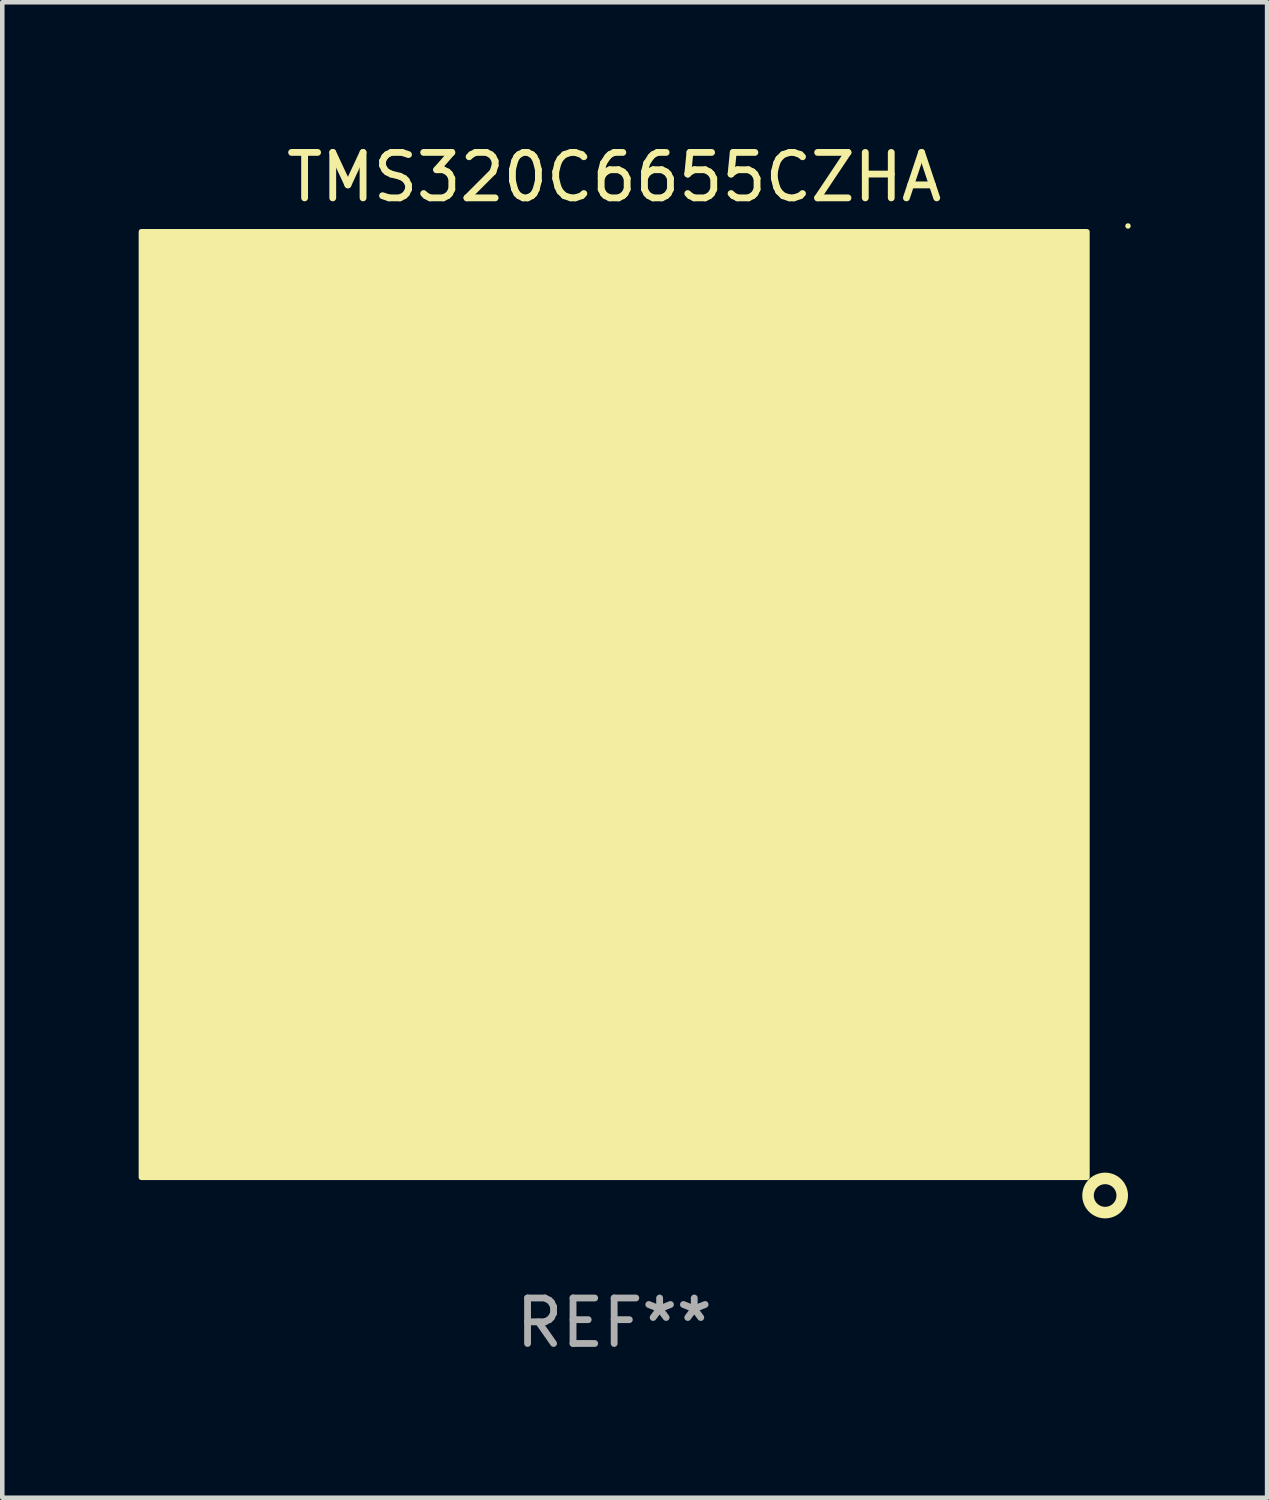
<source format=kicad_pcb>
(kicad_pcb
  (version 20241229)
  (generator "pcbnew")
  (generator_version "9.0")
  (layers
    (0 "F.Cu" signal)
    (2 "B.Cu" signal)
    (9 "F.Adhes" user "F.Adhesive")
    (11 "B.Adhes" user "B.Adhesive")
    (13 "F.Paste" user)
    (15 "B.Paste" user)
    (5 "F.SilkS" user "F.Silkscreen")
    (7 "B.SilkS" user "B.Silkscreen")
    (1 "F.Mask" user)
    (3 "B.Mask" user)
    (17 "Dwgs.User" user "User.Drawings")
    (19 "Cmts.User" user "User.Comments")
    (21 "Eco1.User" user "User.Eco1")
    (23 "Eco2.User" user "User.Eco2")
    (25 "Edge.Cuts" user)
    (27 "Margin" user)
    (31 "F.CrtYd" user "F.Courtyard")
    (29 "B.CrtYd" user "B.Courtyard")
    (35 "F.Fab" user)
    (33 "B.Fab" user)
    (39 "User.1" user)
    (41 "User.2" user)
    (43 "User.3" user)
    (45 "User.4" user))
  (footprint "TMS320C6655CZHA"
    (layer "F.Cu")
    (at 10.46 12.448)
    (property "Reference" "TMS320C6655CZHA" (at 0 -11.6 0) (layer "F.SilkS") (effects (font (size 1 1) (thickness 0.15))))
    (attr through_hole)
    (fp_circle (center 10.8 10.8) (end 11.176 10.8) (stroke (width 0.254) (type solid)) (fill no) (layer "F.SilkS"))
    (fp_circle (center 11.303 -10.527) (end 11.333 -10.527) (stroke (width 0.06) (type solid)) (fill no) (layer "F.SilkS"))
    (fp_poly (pts (xy -10.4 -10.4) (xy 10.4 -10.4) (xy 10.4 10.4) (xy -10.4 10.4)) (stroke (width 0.12) (type solid)) (fill yes) (layer "F.SilkS"))
    (fp_text user "REF**" (at 0 13.6 0) (layer "F.Fab") (effects (font (size 1 1) (thickness 0.15))))
    (pad "A1" smd circle (at 9.6 9.6) (size 0.5 0.5) (layers "F.Cu" "F.Mask" "F.Paste"))
    (pad "A2" smd circle (at 8.8 9.6) (size 0.5 0.5) (layers "F.Cu" "F.Mask" "F.Paste"))
    (pad "A3" smd circle (at 8 9.6) (size 0.5 0.5) (layers "F.Cu" "F.Mask" "F.Paste"))
    (pad "A4" smd circle (at 7.2 9.6) (size 0.5 0.5) (layers "F.Cu" "F.Mask" "F.Paste"))
    (pad "A5" smd circle (at 6.4 9.6) (size 0.5 0.5) (layers "F.Cu" "F.Mask" "F.Paste"))
    (pad "A6" smd circle (at 5.6 9.6) (size 0.5 0.5) (layers "F.Cu" "F.Mask" "F.Paste"))
    (pad "A7" smd circle (at 4.8 9.6) (size 0.5 0.5) (layers "F.Cu" "F.Mask" "F.Paste"))
    (pad "A8" smd circle (at 4 9.6) (size 0.5 0.5) (layers "F.Cu" "F.Mask" "F.Paste"))
    (pad "A9" smd circle (at 3.2 9.6) (size 0.5 0.5) (layers "F.Cu" "F.Mask" "F.Paste"))
    (pad "A10" smd circle (at 2.4 9.6) (size 0.5 0.5) (layers "F.Cu" "F.Mask" "F.Paste"))
    (pad "A11" smd circle (at 1.6 9.6) (size 0.5 0.5) (layers "F.Cu" "F.Mask" "F.Paste"))
    (pad "A12" smd circle (at 0.8 9.6) (size 0.5 0.5) (layers "F.Cu" "F.Mask" "F.Paste"))
    (pad "A13" smd circle (at 0 9.6) (size 0.5 0.5) (layers "F.Cu" "F.Mask" "F.Paste"))
    (pad "A14" smd circle (at -0.8 9.6) (size 0.5 0.5) (layers "F.Cu" "F.Mask" "F.Paste"))
    (pad "A15" smd circle (at -1.6 9.6) (size 0.5 0.5) (layers "F.Cu" "F.Mask" "F.Paste"))
    (pad "A16" smd circle (at -2.4 9.6) (size 0.5 0.5) (layers "F.Cu" "F.Mask" "F.Paste"))
    (pad "A17" smd circle (at -3.2 9.6) (size 0.5 0.5) (layers "F.Cu" "F.Mask" "F.Paste"))
    (pad "A18" smd circle (at -4 9.6) (size 0.5 0.5) (layers "F.Cu" "F.Mask" "F.Paste"))
    (pad "A19" smd circle (at -4.8 9.6) (size 0.5 0.5) (layers "F.Cu" "F.Mask" "F.Paste"))
    (pad "A20" smd circle (at -5.6 9.6) (size 0.5 0.5) (layers "F.Cu" "F.Mask" "F.Paste"))
    (pad "A21" smd circle (at -6.4 9.6) (size 0.5 0.5) (layers "F.Cu" "F.Mask" "F.Paste"))
    (pad "A22" smd circle (at -7.2 9.6) (size 0.5 0.5) (layers "F.Cu" "F.Mask" "F.Paste"))
    (pad "A23" smd circle (at -8 9.6) (size 0.5 0.5) (layers "F.Cu" "F.Mask" "F.Paste"))
    (pad "A24" smd circle (at -8.8 9.6) (size 0.5 0.5) (layers "F.Cu" "F.Mask" "F.Paste"))
    (pad "A25" smd circle (at -9.6 9.6) (size 0.5 0.5) (layers "F.Cu" "F.Mask" "F.Paste"))
    (pad "AA1" smd circle (at 9.6 -6.4) (size 0.5 0.5) (layers "F.Cu" "F.Mask" "F.Paste"))
    (pad "AA2" smd circle (at 8.8 -6.4) (size 0.5 0.5) (layers "F.Cu" "F.Mask" "F.Paste"))
    (pad "AA3" smd circle (at 8 -6.4) (size 0.5 0.5) (layers "F.Cu" "F.Mask" "F.Paste"))
    (pad "AA4" smd circle (at 7.2 -6.4) (size 0.5 0.5) (layers "F.Cu" "F.Mask" "F.Paste"))
    (pad "AA5" smd circle (at 6.4 -6.4) (size 0.5 0.5) (layers "F.Cu" "F.Mask" "F.Paste"))
    (pad "AA6" smd circle (at 5.6 -6.4) (size 0.5 0.5) (layers "F.Cu" "F.Mask" "F.Paste"))
    (pad "AA7" smd circle (at 4.8 -6.4) (size 0.5 0.5) (layers "F.Cu" "F.Mask" "F.Paste"))
    (pad "AA8" smd circle (at 4 -6.4) (size 0.5 0.5) (layers "F.Cu" "F.Mask" "F.Paste"))
    (pad "AA9" smd circle (at 3.2 -6.4) (size 0.5 0.5) (layers "F.Cu" "F.Mask" "F.Paste"))
    (pad "AA10" smd circle (at 2.4 -6.4) (size 0.5 0.5) (layers "F.Cu" "F.Mask" "F.Paste"))
    (pad "AA11" smd circle (at 1.6 -6.4) (size 0.5 0.5) (layers "F.Cu" "F.Mask" "F.Paste"))
    (pad "AA12" smd circle (at 0.8 -6.4) (size 0.5 0.5) (layers "F.Cu" "F.Mask" "F.Paste"))
    (pad "AA13" smd circle (at 0 -6.4) (size 0.5 0.5) (layers "F.Cu" "F.Mask" "F.Paste"))
    (pad "AA14" smd circle (at -0.8 -6.4) (size 0.5 0.5) (layers "F.Cu" "F.Mask" "F.Paste"))
    (pad "AA15" smd circle (at -1.6 -6.4) (size 0.5 0.5) (layers "F.Cu" "F.Mask" "F.Paste"))
    (pad "AA16" smd circle (at -2.4 -6.4) (size 0.5 0.5) (layers "F.Cu" "F.Mask" "F.Paste"))
    (pad "AA17" smd circle (at -3.2 -6.4) (size 0.5 0.5) (layers "F.Cu" "F.Mask" "F.Paste"))
    (pad "AA18" smd circle (at -4 -6.4) (size 0.5 0.5) (layers "F.Cu" "F.Mask" "F.Paste"))
    (pad "AA19" smd circle (at -4.8 -6.4) (size 0.5 0.5) (layers "F.Cu" "F.Mask" "F.Paste"))
    (pad "AA20" smd circle (at -5.6 -6.4) (size 0.5 0.5) (layers "F.Cu" "F.Mask" "F.Paste"))
    (pad "AA21" smd circle (at -6.4 -6.4) (size 0.5 0.5) (layers "F.Cu" "F.Mask" "F.Paste"))
    (pad "AA22" smd circle (at -7.2 -6.4) (size 0.5 0.5) (layers "F.Cu" "F.Mask" "F.Paste"))
    (pad "AA23" smd circle (at -8 -6.4) (size 0.5 0.5) (layers "F.Cu" "F.Mask" "F.Paste"))
    (pad "AA24" smd circle (at -8.8 -6.4) (size 0.5 0.5) (layers "F.Cu" "F.Mask" "F.Paste"))
    (pad "AA25" smd circle (at -9.6 -6.4) (size 0.5 0.5) (layers "F.Cu" "F.Mask" "F.Paste"))
    (pad "AB1" smd circle (at 9.6 -7.2) (size 0.5 0.5) (layers "F.Cu" "F.Mask" "F.Paste"))
    (pad "AB2" smd circle (at 8.8 -7.2) (size 0.5 0.5) (layers "F.Cu" "F.Mask" "F.Paste"))
    (pad "AB3" smd circle (at 8 -7.2) (size 0.5 0.5) (layers "F.Cu" "F.Mask" "F.Paste"))
    (pad "AB4" smd circle (at 7.2 -7.2) (size 0.5 0.5) (layers "F.Cu" "F.Mask" "F.Paste"))
    (pad "AB5" smd circle (at 6.4 -7.2) (size 0.5 0.5) (layers "F.Cu" "F.Mask" "F.Paste"))
    (pad "AB6" smd circle (at 5.6 -7.2) (size 0.5 0.5) (layers "F.Cu" "F.Mask" "F.Paste"))
    (pad "AB7" smd circle (at 4.8 -7.2) (size 0.5 0.5) (layers "F.Cu" "F.Mask" "F.Paste"))
    (pad "AB8" smd circle (at 4 -7.2) (size 0.5 0.5) (layers "F.Cu" "F.Mask" "F.Paste"))
    (pad "AB9" smd circle (at 3.2 -7.2) (size 0.5 0.5) (layers "F.Cu" "F.Mask" "F.Paste"))
    (pad "AB10" smd circle (at 2.4 -7.2) (size 0.5 0.5) (layers "F.Cu" "F.Mask" "F.Paste"))
    (pad "AB11" smd circle (at 1.6 -7.2) (size 0.5 0.5) (layers "F.Cu" "F.Mask" "F.Paste"))
    (pad "AB12" smd circle (at 0.8 -7.2) (size 0.5 0.5) (layers "F.Cu" "F.Mask" "F.Paste"))
    (pad "AB13" smd circle (at 0 -7.2) (size 0.5 0.5) (layers "F.Cu" "F.Mask" "F.Paste"))
    (pad "AB14" smd circle (at -0.8 -7.2) (size 0.5 0.5) (layers "F.Cu" "F.Mask" "F.Paste"))
    (pad "AB15" smd circle (at -1.6 -7.2) (size 0.5 0.5) (layers "F.Cu" "F.Mask" "F.Paste"))
    (pad "AB16" smd circle (at -2.4 -7.2) (size 0.5 0.5) (layers "F.Cu" "F.Mask" "F.Paste"))
    (pad "AB17" smd circle (at -3.2 -7.2) (size 0.5 0.5) (layers "F.Cu" "F.Mask" "F.Paste"))
    (pad "AB18" smd circle (at -4 -7.2) (size 0.5 0.5) (layers "F.Cu" "F.Mask" "F.Paste"))
    (pad "AB19" smd circle (at -4.8 -7.2) (size 0.5 0.5) (layers "F.Cu" "F.Mask" "F.Paste"))
    (pad "AB20" smd circle (at -5.6 -7.2) (size 0.5 0.5) (layers "F.Cu" "F.Mask" "F.Paste"))
    (pad "AB21" smd circle (at -6.4 -7.2) (size 0.5 0.5) (layers "F.Cu" "F.Mask" "F.Paste"))
    (pad "AB22" smd circle (at -7.2 -7.2) (size 0.5 0.5) (layers "F.Cu" "F.Mask" "F.Paste"))
    (pad "AB23" smd circle (at -8 -7.2) (size 0.5 0.5) (layers "F.Cu" "F.Mask" "F.Paste"))
    (pad "AB24" smd circle (at -8.8 -7.2) (size 0.5 0.5) (layers "F.Cu" "F.Mask" "F.Paste"))
    (pad "AB25" smd circle (at -9.6 -7.2) (size 0.5 0.5) (layers "F.Cu" "F.Mask" "F.Paste"))
    (pad "AC1" smd circle (at 9.6 -8) (size 0.5 0.5) (layers "F.Cu" "F.Mask" "F.Paste"))
    (pad "AC2" smd circle (at 8.8 -8) (size 0.5 0.5) (layers "F.Cu" "F.Mask" "F.Paste"))
    (pad "AC3" smd circle (at 8 -8) (size 0.5 0.5) (layers "F.Cu" "F.Mask" "F.Paste"))
    (pad "AC4" smd circle (at 7.2 -8) (size 0.5 0.5) (layers "F.Cu" "F.Mask" "F.Paste"))
    (pad "AC5" smd circle (at 6.4 -8) (size 0.5 0.5) (layers "F.Cu" "F.Mask" "F.Paste"))
    (pad "AC6" smd circle (at 5.6 -8) (size 0.5 0.5) (layers "F.Cu" "F.Mask" "F.Paste"))
    (pad "AC7" smd circle (at 4.8 -8) (size 0.5 0.5) (layers "F.Cu" "F.Mask" "F.Paste"))
    (pad "AC8" smd circle (at 4 -8) (size 0.5 0.5) (layers "F.Cu" "F.Mask" "F.Paste"))
    (pad "AC9" smd circle (at 3.2 -8) (size 0.5 0.5) (layers "F.Cu" "F.Mask" "F.Paste"))
    (pad "AC10" smd circle (at 2.4 -8) (size 0.5 0.5) (layers "F.Cu" "F.Mask" "F.Paste"))
    (pad "AC11" smd circle (at 1.6 -8) (size 0.5 0.5) (layers "F.Cu" "F.Mask" "F.Paste"))
    (pad "AC12" smd circle (at 0.8 -8) (size 0.5 0.5) (layers "F.Cu" "F.Mask" "F.Paste"))
    (pad "AC13" smd circle (at 0 -8) (size 0.5 0.5) (layers "F.Cu" "F.Mask" "F.Paste"))
    (pad "AC14" smd circle (at -0.8 -8) (size 0.5 0.5) (layers "F.Cu" "F.Mask" "F.Paste"))
    (pad "AC15" smd circle (at -1.6 -8) (size 0.5 0.5) (layers "F.Cu" "F.Mask" "F.Paste"))
    (pad "AC16" smd circle (at -2.4 -8) (size 0.5 0.5) (layers "F.Cu" "F.Mask" "F.Paste"))
    (pad "AC17" smd circle (at -3.2 -8) (size 0.5 0.5) (layers "F.Cu" "F.Mask" "F.Paste"))
    (pad "AC18" smd circle (at -4 -8) (size 0.5 0.5) (layers "F.Cu" "F.Mask" "F.Paste"))
    (pad "AC19" smd circle (at -4.8 -8) (size 0.5 0.5) (layers "F.Cu" "F.Mask" "F.Paste"))
    (pad "AC20" smd circle (at -5.6 -8) (size 0.5 0.5) (layers "F.Cu" "F.Mask" "F.Paste"))
    (pad "AC21" smd circle (at -6.4 -8) (size 0.5 0.5) (layers "F.Cu" "F.Mask" "F.Paste"))
    (pad "AC22" smd circle (at -7.2 -8) (size 0.5 0.5) (layers "F.Cu" "F.Mask" "F.Paste"))
    (pad "AC23" smd circle (at -8 -8) (size 0.5 0.5) (layers "F.Cu" "F.Mask" "F.Paste"))
    (pad "AC24" smd circle (at -8.8 -8) (size 0.5 0.5) (layers "F.Cu" "F.Mask" "F.Paste"))
    (pad "AC25" smd circle (at -9.6 -8) (size 0.5 0.5) (layers "F.Cu" "F.Mask" "F.Paste"))
    (pad "AD1" smd circle (at 9.6 -8.8) (size 0.5 0.5) (layers "F.Cu" "F.Mask" "F.Paste"))
    (pad "AD2" smd circle (at 8.8 -8.8) (size 0.5 0.5) (layers "F.Cu" "F.Mask" "F.Paste"))
    (pad "AD3" smd circle (at 8 -8.8) (size 0.5 0.5) (layers "F.Cu" "F.Mask" "F.Paste"))
    (pad "AD4" smd circle (at 7.2 -8.8) (size 0.5 0.5) (layers "F.Cu" "F.Mask" "F.Paste"))
    (pad "AD5" smd circle (at 6.4 -8.8) (size 0.5 0.5) (layers "F.Cu" "F.Mask" "F.Paste"))
    (pad "AD6" smd circle (at 5.6 -8.8) (size 0.5 0.5) (layers "F.Cu" "F.Mask" "F.Paste"))
    (pad "AD7" smd circle (at 4.8 -8.8) (size 0.5 0.5) (layers "F.Cu" "F.Mask" "F.Paste"))
    (pad "AD8" smd circle (at 4 -8.8) (size 0.5 0.5) (layers "F.Cu" "F.Mask" "F.Paste"))
    (pad "AD9" smd circle (at 3.2 -8.8) (size 0.5 0.5) (layers "F.Cu" "F.Mask" "F.Paste"))
    (pad "AD10" smd circle (at 2.4 -8.8) (size 0.5 0.5) (layers "F.Cu" "F.Mask" "F.Paste"))
    (pad "AD11" smd circle (at 1.6 -8.8) (size 0.5 0.5) (layers "F.Cu" "F.Mask" "F.Paste"))
    (pad "AD12" smd circle (at 0.8 -8.8) (size 0.5 0.5) (layers "F.Cu" "F.Mask" "F.Paste"))
    (pad "AD13" smd circle (at 0 -8.8) (size 0.5 0.5) (layers "F.Cu" "F.Mask" "F.Paste"))
    (pad "AD14" smd circle (at -0.8 -8.8) (size 0.5 0.5) (layers "F.Cu" "F.Mask" "F.Paste"))
    (pad "AD15" smd circle (at -1.6 -8.8) (size 0.5 0.5) (layers "F.Cu" "F.Mask" "F.Paste"))
    (pad "AD16" smd circle (at -2.4 -8.8) (size 0.5 0.5) (layers "F.Cu" "F.Mask" "F.Paste"))
    (pad "AD17" smd circle (at -3.2 -8.8) (size 0.5 0.5) (layers "F.Cu" "F.Mask" "F.Paste"))
    (pad "AD18" smd circle (at -4 -8.8) (size 0.5 0.5) (layers "F.Cu" "F.Mask" "F.Paste"))
    (pad "AD19" smd circle (at -4.8 -8.8) (size 0.5 0.5) (layers "F.Cu" "F.Mask" "F.Paste"))
    (pad "AD20" smd circle (at -5.6 -8.8) (size 0.5 0.5) (layers "F.Cu" "F.Mask" "F.Paste"))
    (pad "AD21" smd circle (at -6.4 -8.8) (size 0.5 0.5) (layers "F.Cu" "F.Mask" "F.Paste"))
    (pad "AD22" smd circle (at -7.2 -8.8) (size 0.5 0.5) (layers "F.Cu" "F.Mask" "F.Paste"))
    (pad "AD23" smd circle (at -8 -8.8) (size 0.5 0.5) (layers "F.Cu" "F.Mask" "F.Paste"))
    (pad "AD24" smd circle (at -8.8 -8.8) (size 0.5 0.5) (layers "F.Cu" "F.Mask" "F.Paste"))
    (pad "AD25" smd circle (at -9.6 -8.8) (size 0.5 0.5) (layers "F.Cu" "F.Mask" "F.Paste"))
    (pad "AE1" smd circle (at 9.6 -9.6) (size 0.5 0.5) (layers "F.Cu" "F.Mask" "F.Paste"))
    (pad "AE2" smd circle (at 8.8 -9.6) (size 0.5 0.5) (layers "F.Cu" "F.Mask" "F.Paste"))
    (pad "AE3" smd circle (at 8 -9.6) (size 0.5 0.5) (layers "F.Cu" "F.Mask" "F.Paste"))
    (pad "AE4" smd circle (at 7.2 -9.6) (size 0.5 0.5) (layers "F.Cu" "F.Mask" "F.Paste"))
    (pad "AE5" smd circle (at 6.4 -9.6) (size 0.5 0.5) (layers "F.Cu" "F.Mask" "F.Paste"))
    (pad "AE6" smd circle (at 5.6 -9.6) (size 0.5 0.5) (layers "F.Cu" "F.Mask" "F.Paste"))
    (pad "AE7" smd circle (at 4.8 -9.6) (size 0.5 0.5) (layers "F.Cu" "F.Mask" "F.Paste"))
    (pad "AE8" smd circle (at 4 -9.6) (size 0.5 0.5) (layers "F.Cu" "F.Mask" "F.Paste"))
    (pad "AE9" smd circle (at 3.2 -9.6) (size 0.5 0.5) (layers "F.Cu" "F.Mask" "F.Paste"))
    (pad "AE10" smd circle (at 2.4 -9.6) (size 0.5 0.5) (layers "F.Cu" "F.Mask" "F.Paste"))
    (pad "AE11" smd circle (at 1.6 -9.6) (size 0.5 0.5) (layers "F.Cu" "F.Mask" "F.Paste"))
    (pad "AE12" smd circle (at 0.8 -9.6) (size 0.5 0.5) (layers "F.Cu" "F.Mask" "F.Paste"))
    (pad "AE13" smd circle (at 0 -9.6) (size 0.5 0.5) (layers "F.Cu" "F.Mask" "F.Paste"))
    (pad "AE14" smd circle (at -0.8 -9.6) (size 0.5 0.5) (layers "F.Cu" "F.Mask" "F.Paste"))
    (pad "AE15" smd circle (at -1.6 -9.6) (size 0.5 0.5) (layers "F.Cu" "F.Mask" "F.Paste"))
    (pad "AE16" smd circle (at -2.4 -9.6) (size 0.5 0.5) (layers "F.Cu" "F.Mask" "F.Paste"))
    (pad "AE17" smd circle (at -3.2 -9.6) (size 0.5 0.5) (layers "F.Cu" "F.Mask" "F.Paste"))
    (pad "AE18" smd circle (at -4 -9.6) (size 0.5 0.5) (layers "F.Cu" "F.Mask" "F.Paste"))
    (pad "AE19" smd circle (at -4.8 -9.6) (size 0.5 0.5) (layers "F.Cu" "F.Mask" "F.Paste"))
    (pad "AE20" smd circle (at -5.6 -9.6) (size 0.5 0.5) (layers "F.Cu" "F.Mask" "F.Paste"))
    (pad "AE21" smd circle (at -6.4 -9.6) (size 0.5 0.5) (layers "F.Cu" "F.Mask" "F.Paste"))
    (pad "AE22" smd circle (at -7.2 -9.6) (size 0.5 0.5) (layers "F.Cu" "F.Mask" "F.Paste"))
    (pad "AE23" smd circle (at -8 -9.6) (size 0.5 0.5) (layers "F.Cu" "F.Mask" "F.Paste"))
    (pad "AE24" smd circle (at -8.8 -9.6) (size 0.5 0.5) (layers "F.Cu" "F.Mask" "F.Paste"))
    (pad "AE25" smd circle (at -9.6 -9.6) (size 0.5 0.5) (layers "F.Cu" "F.Mask" "F.Paste"))
    (pad "B1" smd circle (at 9.6 8.8) (size 0.5 0.5) (layers "F.Cu" "F.Mask" "F.Paste"))
    (pad "B2" smd circle (at 8.8 8.8) (size 0.5 0.5) (layers "F.Cu" "F.Mask" "F.Paste"))
    (pad "B3" smd circle (at 8 8.8) (size 0.5 0.5) (layers "F.Cu" "F.Mask" "F.Paste"))
    (pad "B4" smd circle (at 7.2 8.8) (size 0.5 0.5) (layers "F.Cu" "F.Mask" "F.Paste"))
    (pad "B5" smd circle (at 6.4 8.8) (size 0.5 0.5) (layers "F.Cu" "F.Mask" "F.Paste"))
    (pad "B6" smd circle (at 5.6 8.8) (size 0.5 0.5) (layers "F.Cu" "F.Mask" "F.Paste"))
    (pad "B7" smd circle (at 4.8 8.8) (size 0.5 0.5) (layers "F.Cu" "F.Mask" "F.Paste"))
    (pad "B8" smd circle (at 4 8.8) (size 0.5 0.5) (layers "F.Cu" "F.Mask" "F.Paste"))
    (pad "B9" smd circle (at 3.2 8.8) (size 0.5 0.5) (layers "F.Cu" "F.Mask" "F.Paste"))
    (pad "B10" smd circle (at 2.4 8.8) (size 0.5 0.5) (layers "F.Cu" "F.Mask" "F.Paste"))
    (pad "B11" smd circle (at 1.6 8.8) (size 0.5 0.5) (layers "F.Cu" "F.Mask" "F.Paste"))
    (pad "B12" smd circle (at 0.8 8.8) (size 0.5 0.5) (layers "F.Cu" "F.Mask" "F.Paste"))
    (pad "B13" smd circle (at 0 8.8) (size 0.5 0.5) (layers "F.Cu" "F.Mask" "F.Paste"))
    (pad "B14" smd circle (at -0.8 8.8) (size 0.5 0.5) (layers "F.Cu" "F.Mask" "F.Paste"))
    (pad "B15" smd circle (at -1.6 8.8) (size 0.5 0.5) (layers "F.Cu" "F.Mask" "F.Paste"))
    (pad "B16" smd circle (at -2.4 8.8) (size 0.5 0.5) (layers "F.Cu" "F.Mask" "F.Paste"))
    (pad "B17" smd circle (at -3.2 8.8) (size 0.5 0.5) (layers "F.Cu" "F.Mask" "F.Paste"))
    (pad "B18" smd circle (at -4 8.8) (size 0.5 0.5) (layers "F.Cu" "F.Mask" "F.Paste"))
    (pad "B19" smd circle (at -4.8 8.8) (size 0.5 0.5) (layers "F.Cu" "F.Mask" "F.Paste"))
    (pad "B20" smd circle (at -5.6 8.8) (size 0.5 0.5) (layers "F.Cu" "F.Mask" "F.Paste"))
    (pad "B21" smd circle (at -6.4 8.8) (size 0.5 0.5) (layers "F.Cu" "F.Mask" "F.Paste"))
    (pad "B22" smd circle (at -7.2 8.8) (size 0.5 0.5) (layers "F.Cu" "F.Mask" "F.Paste"))
    (pad "B23" smd circle (at -8 8.8) (size 0.5 0.5) (layers "F.Cu" "F.Mask" "F.Paste"))
    (pad "B24" smd circle (at -8.8 8.8) (size 0.5 0.5) (layers "F.Cu" "F.Mask" "F.Paste"))
    (pad "B25" smd circle (at -9.6 8.8) (size 0.5 0.5) (layers "F.Cu" "F.Mask" "F.Paste"))
    (pad "C1" smd circle (at 9.6 8) (size 0.5 0.5) (layers "F.Cu" "F.Mask" "F.Paste"))
    (pad "C2" smd circle (at 8.8 8) (size 0.5 0.5) (layers "F.Cu" "F.Mask" "F.Paste"))
    (pad "C3" smd circle (at 8 8) (size 0.5 0.5) (layers "F.Cu" "F.Mask" "F.Paste"))
    (pad "C4" smd circle (at 7.2 8) (size 0.5 0.5) (layers "F.Cu" "F.Mask" "F.Paste"))
    (pad "C5" smd circle (at 6.4 8) (size 0.5 0.5) (layers "F.Cu" "F.Mask" "F.Paste"))
    (pad "C6" smd circle (at 5.6 8) (size 0.5 0.5) (layers "F.Cu" "F.Mask" "F.Paste"))
    (pad "C7" smd circle (at 4.8 8) (size 0.5 0.5) (layers "F.Cu" "F.Mask" "F.Paste"))
    (pad "C8" smd circle (at 4 8) (size 0.5 0.5) (layers "F.Cu" "F.Mask" "F.Paste"))
    (pad "C9" smd circle (at 3.2 8) (size 0.5 0.5) (layers "F.Cu" "F.Mask" "F.Paste"))
    (pad "C10" smd circle (at 2.4 8) (size 0.5 0.5) (layers "F.Cu" "F.Mask" "F.Paste"))
    (pad "C11" smd circle (at 1.6 8) (size 0.5 0.5) (layers "F.Cu" "F.Mask" "F.Paste"))
    (pad "C12" smd circle (at 0.8 8) (size 0.5 0.5) (layers "F.Cu" "F.Mask" "F.Paste"))
    (pad "C13" smd circle (at 0 8) (size 0.5 0.5) (layers "F.Cu" "F.Mask" "F.Paste"))
    (pad "C14" smd circle (at -0.8 8) (size 0.5 0.5) (layers "F.Cu" "F.Mask" "F.Paste"))
    (pad "C15" smd circle (at -1.6 8) (size 0.5 0.5) (layers "F.Cu" "F.Mask" "F.Paste"))
    (pad "C16" smd circle (at -2.4 8) (size 0.5 0.5) (layers "F.Cu" "F.Mask" "F.Paste"))
    (pad "C17" smd circle (at -3.2 8) (size 0.5 0.5) (layers "F.Cu" "F.Mask" "F.Paste"))
    (pad "C18" smd circle (at -4 8) (size 0.5 0.5) (layers "F.Cu" "F.Mask" "F.Paste"))
    (pad "C19" smd circle (at -4.8 8) (size 0.5 0.5) (layers "F.Cu" "F.Mask" "F.Paste"))
    (pad "C20" smd circle (at -5.6 8) (size 0.5 0.5) (layers "F.Cu" "F.Mask" "F.Paste"))
    (pad "C21" smd circle (at -6.4 8) (size 0.5 0.5) (layers "F.Cu" "F.Mask" "F.Paste"))
    (pad "C22" smd circle (at -7.2 8) (size 0.5 0.5) (layers "F.Cu" "F.Mask" "F.Paste"))
    (pad "C23" smd circle (at -8 8) (size 0.5 0.5) (layers "F.Cu" "F.Mask" "F.Paste"))
    (pad "C24" smd circle (at -8.8 8) (size 0.5 0.5) (layers "F.Cu" "F.Mask" "F.Paste"))
    (pad "C25" smd circle (at -9.6 8) (size 0.5 0.5) (layers "F.Cu" "F.Mask" "F.Paste"))
    (pad "D1" smd circle (at 9.6 7.2) (size 0.5 0.5) (layers "F.Cu" "F.Mask" "F.Paste"))
    (pad "D2" smd circle (at 8.8 7.2) (size 0.5 0.5) (layers "F.Cu" "F.Mask" "F.Paste"))
    (pad "D3" smd circle (at 8 7.2) (size 0.5 0.5) (layers "F.Cu" "F.Mask" "F.Paste"))
    (pad "D4" smd circle (at 7.2 7.2) (size 0.5 0.5) (layers "F.Cu" "F.Mask" "F.Paste"))
    (pad "D5" smd circle (at 6.4 7.2) (size 0.5 0.5) (layers "F.Cu" "F.Mask" "F.Paste"))
    (pad "D6" smd circle (at 5.6 7.2) (size 0.5 0.5) (layers "F.Cu" "F.Mask" "F.Paste"))
    (pad "D7" smd circle (at 4.8 7.2) (size 0.5 0.5) (layers "F.Cu" "F.Mask" "F.Paste"))
    (pad "D8" smd circle (at 4 7.2) (size 0.5 0.5) (layers "F.Cu" "F.Mask" "F.Paste"))
    (pad "D9" smd circle (at 3.2 7.2) (size 0.5 0.5) (layers "F.Cu" "F.Mask" "F.Paste"))
    (pad "D10" smd circle (at 2.4 7.2) (size 0.5 0.5) (layers "F.Cu" "F.Mask" "F.Paste"))
    (pad "D11" smd circle (at 1.6 7.2) (size 0.5 0.5) (layers "F.Cu" "F.Mask" "F.Paste"))
    (pad "D12" smd circle (at 0.8 7.2) (size 0.5 0.5) (layers "F.Cu" "F.Mask" "F.Paste"))
    (pad "D13" smd circle (at 0 7.2) (size 0.5 0.5) (layers "F.Cu" "F.Mask" "F.Paste"))
    (pad "D14" smd circle (at -0.8 7.2) (size 0.5 0.5) (layers "F.Cu" "F.Mask" "F.Paste"))
    (pad "D15" smd circle (at -1.6 7.2) (size 0.5 0.5) (layers "F.Cu" "F.Mask" "F.Paste"))
    (pad "D16" smd circle (at -2.4 7.2) (size 0.5 0.5) (layers "F.Cu" "F.Mask" "F.Paste"))
    (pad "D17" smd circle (at -3.2 7.2) (size 0.5 0.5) (layers "F.Cu" "F.Mask" "F.Paste"))
    (pad "D18" smd circle (at -4 7.2) (size 0.5 0.5) (layers "F.Cu" "F.Mask" "F.Paste"))
    (pad "D19" smd circle (at -4.8 7.2) (size 0.5 0.5) (layers "F.Cu" "F.Mask" "F.Paste"))
    (pad "D20" smd circle (at -5.6 7.2) (size 0.5 0.5) (layers "F.Cu" "F.Mask" "F.Paste"))
    (pad "D21" smd circle (at -6.4 7.2) (size 0.5 0.5) (layers "F.Cu" "F.Mask" "F.Paste"))
    (pad "D22" smd circle (at -7.2 7.2) (size 0.5 0.5) (layers "F.Cu" "F.Mask" "F.Paste"))
    (pad "D23" smd circle (at -8 7.2) (size 0.5 0.5) (layers "F.Cu" "F.Mask" "F.Paste"))
    (pad "D24" smd circle (at -8.8 7.2) (size 0.5 0.5) (layers "F.Cu" "F.Mask" "F.Paste"))
    (pad "D25" smd circle (at -9.6 7.2) (size 0.5 0.5) (layers "F.Cu" "F.Mask" "F.Paste"))
    (pad "E1" smd circle (at 9.6 6.4) (size 0.5 0.5) (layers "F.Cu" "F.Mask" "F.Paste"))
    (pad "E2" smd circle (at 8.8 6.4) (size 0.5 0.5) (layers "F.Cu" "F.Mask" "F.Paste"))
    (pad "E3" smd circle (at 8 6.4) (size 0.5 0.5) (layers "F.Cu" "F.Mask" "F.Paste"))
    (pad "E4" smd circle (at 7.2 6.4) (size 0.5 0.5) (layers "F.Cu" "F.Mask" "F.Paste"))
    (pad "E5" smd circle (at 6.4 6.4) (size 0.5 0.5) (layers "F.Cu" "F.Mask" "F.Paste"))
    (pad "E6" smd circle (at 5.6 6.4) (size 0.5 0.5) (layers "F.Cu" "F.Mask" "F.Paste"))
    (pad "E7" smd circle (at 4.8 6.4) (size 0.5 0.5) (layers "F.Cu" "F.Mask" "F.Paste"))
    (pad "E8" smd circle (at 4 6.4) (size 0.5 0.5) (layers "F.Cu" "F.Mask" "F.Paste"))
    (pad "E9" smd circle (at 3.2 6.4) (size 0.5 0.5) (layers "F.Cu" "F.Mask" "F.Paste"))
    (pad "E10" smd circle (at 2.4 6.4) (size 0.5 0.5) (layers "F.Cu" "F.Mask" "F.Paste"))
    (pad "E11" smd circle (at 1.6 6.4) (size 0.5 0.5) (layers "F.Cu" "F.Mask" "F.Paste"))
    (pad "E12" smd circle (at 0.8 6.4) (size 0.5 0.5) (layers "F.Cu" "F.Mask" "F.Paste"))
    (pad "E13" smd circle (at 0 6.4) (size 0.5 0.5) (layers "F.Cu" "F.Mask" "F.Paste"))
    (pad "E14" smd circle (at -0.8 6.4) (size 0.5 0.5) (layers "F.Cu" "F.Mask" "F.Paste"))
    (pad "E15" smd circle (at -1.6 6.4) (size 0.5 0.5) (layers "F.Cu" "F.Mask" "F.Paste"))
    (pad "E16" smd circle (at -2.4 6.4) (size 0.5 0.5) (layers "F.Cu" "F.Mask" "F.Paste"))
    (pad "E17" smd circle (at -3.2 6.4) (size 0.5 0.5) (layers "F.Cu" "F.Mask" "F.Paste"))
    (pad "E18" smd circle (at -4 6.4) (size 0.5 0.5) (layers "F.Cu" "F.Mask" "F.Paste"))
    (pad "E19" smd circle (at -4.8 6.4) (size 0.5 0.5) (layers "F.Cu" "F.Mask" "F.Paste"))
    (pad "E20" smd circle (at -5.6 6.4) (size 0.5 0.5) (layers "F.Cu" "F.Mask" "F.Paste"))
    (pad "E21" smd circle (at -6.4 6.4) (size 0.5 0.5) (layers "F.Cu" "F.Mask" "F.Paste"))
    (pad "E22" smd circle (at -7.2 6.4) (size 0.5 0.5) (layers "F.Cu" "F.Mask" "F.Paste"))
    (pad "E23" smd circle (at -8 6.4) (size 0.5 0.5) (layers "F.Cu" "F.Mask" "F.Paste"))
    (pad "E24" smd circle (at -8.8 6.4) (size 0.5 0.5) (layers "F.Cu" "F.Mask" "F.Paste"))
    (pad "E25" smd circle (at -9.6 6.4) (size 0.5 0.5) (layers "F.Cu" "F.Mask" "F.Paste"))
    (pad "F1" smd circle (at 9.6 5.6) (size 0.5 0.5) (layers "F.Cu" "F.Mask" "F.Paste"))
    (pad "F2" smd circle (at 8.8 5.6) (size 0.5 0.5) (layers "F.Cu" "F.Mask" "F.Paste"))
    (pad "F3" smd circle (at 8 5.6) (size 0.5 0.5) (layers "F.Cu" "F.Mask" "F.Paste"))
    (pad "F4" smd circle (at 7.2 5.6) (size 0.5 0.5) (layers "F.Cu" "F.Mask" "F.Paste"))
    (pad "F5" smd circle (at 6.4 5.6) (size 0.5 0.5) (layers "F.Cu" "F.Mask" "F.Paste"))
    (pad "F6" smd circle (at 5.6 5.6) (size 0.5 0.5) (layers "F.Cu" "F.Mask" "F.Paste"))
    (pad "F7" smd circle (at 4.8 5.6) (size 0.5 0.5) (layers "F.Cu" "F.Mask" "F.Paste"))
    (pad "F8" smd circle (at 4 5.6) (size 0.5 0.5) (layers "F.Cu" "F.Mask" "F.Paste"))
    (pad "F9" smd circle (at 3.2 5.6) (size 0.5 0.5) (layers "F.Cu" "F.Mask" "F.Paste"))
    (pad "F10" smd circle (at 2.4 5.6) (size 0.5 0.5) (layers "F.Cu" "F.Mask" "F.Paste"))
    (pad "F11" smd circle (at 1.6 5.6) (size 0.5 0.5) (layers "F.Cu" "F.Mask" "F.Paste"))
    (pad "F12" smd circle (at 0.8 5.6) (size 0.5 0.5) (layers "F.Cu" "F.Mask" "F.Paste"))
    (pad "F13" smd circle (at 0 5.6) (size 0.5 0.5) (layers "F.Cu" "F.Mask" "F.Paste"))
    (pad "F14" smd circle (at -0.8 5.6) (size 0.5 0.5) (layers "F.Cu" "F.Mask" "F.Paste"))
    (pad "F15" smd circle (at -1.6 5.6) (size 0.5 0.5) (layers "F.Cu" "F.Mask" "F.Paste"))
    (pad "F16" smd circle (at -2.4 5.6) (size 0.5 0.5) (layers "F.Cu" "F.Mask" "F.Paste"))
    (pad "F17" smd circle (at -3.2 5.6) (size 0.5 0.5) (layers "F.Cu" "F.Mask" "F.Paste"))
    (pad "F18" smd circle (at -4 5.6) (size 0.5 0.5) (layers "F.Cu" "F.Mask" "F.Paste"))
    (pad "F19" smd circle (at -4.8 5.6) (size 0.5 0.5) (layers "F.Cu" "F.Mask" "F.Paste"))
    (pad "F20" smd circle (at -5.6 5.6) (size 0.5 0.5) (layers "F.Cu" "F.Mask" "F.Paste"))
    (pad "F21" smd circle (at -6.4 5.6) (size 0.5 0.5) (layers "F.Cu" "F.Mask" "F.Paste"))
    (pad "F22" smd circle (at -7.2 5.6) (size 0.5 0.5) (layers "F.Cu" "F.Mask" "F.Paste"))
    (pad "F23" smd circle (at -8 5.6) (size 0.5 0.5) (layers "F.Cu" "F.Mask" "F.Paste"))
    (pad "F24" smd circle (at -8.8 5.6) (size 0.5 0.5) (layers "F.Cu" "F.Mask" "F.Paste"))
    (pad "F25" smd circle (at -9.6 5.6) (size 0.5 0.5) (layers "F.Cu" "F.Mask" "F.Paste"))
    (pad "G1" smd circle (at 9.6 4.8) (size 0.5 0.5) (layers "F.Cu" "F.Mask" "F.Paste"))
    (pad "G2" smd circle (at 8.8 4.8) (size 0.5 0.5) (layers "F.Cu" "F.Mask" "F.Paste"))
    (pad "G3" smd circle (at 8 4.8) (size 0.5 0.5) (layers "F.Cu" "F.Mask" "F.Paste"))
    (pad "G4" smd circle (at 7.2 4.8) (size 0.5 0.5) (layers "F.Cu" "F.Mask" "F.Paste"))
    (pad "G5" smd circle (at 6.4 4.8) (size 0.5 0.5) (layers "F.Cu" "F.Mask" "F.Paste"))
    (pad "G6" smd circle (at 5.6 4.8) (size 0.5 0.5) (layers "F.Cu" "F.Mask" "F.Paste"))
    (pad "G7" smd circle (at 4.8 4.8) (size 0.5 0.5) (layers "F.Cu" "F.Mask" "F.Paste"))
    (pad "G8" smd circle (at 4 4.8) (size 0.5 0.5) (layers "F.Cu" "F.Mask" "F.Paste"))
    (pad "G9" smd circle (at 3.2 4.8) (size 0.5 0.5) (layers "F.Cu" "F.Mask" "F.Paste"))
    (pad "G10" smd circle (at 2.4 4.8) (size 0.5 0.5) (layers "F.Cu" "F.Mask" "F.Paste"))
    (pad "G11" smd circle (at 1.6 4.8) (size 0.5 0.5) (layers "F.Cu" "F.Mask" "F.Paste"))
    (pad "G12" smd circle (at 0.8 4.8) (size 0.5 0.5) (layers "F.Cu" "F.Mask" "F.Paste"))
    (pad "G13" smd circle (at 0 4.8) (size 0.5 0.5) (layers "F.Cu" "F.Mask" "F.Paste"))
    (pad "G14" smd circle (at -0.8 4.8) (size 0.5 0.5) (layers "F.Cu" "F.Mask" "F.Paste"))
    (pad "G15" smd circle (at -1.6 4.8) (size 0.5 0.5) (layers "F.Cu" "F.Mask" "F.Paste"))
    (pad "G16" smd circle (at -2.4 4.8) (size 0.5 0.5) (layers "F.Cu" "F.Mask" "F.Paste"))
    (pad "G17" smd circle (at -3.2 4.8) (size 0.5 0.5) (layers "F.Cu" "F.Mask" "F.Paste"))
    (pad "G18" smd circle (at -4 4.8) (size 0.5 0.5) (layers "F.Cu" "F.Mask" "F.Paste"))
    (pad "G19" smd circle (at -4.8 4.8) (size 0.5 0.5) (layers "F.Cu" "F.Mask" "F.Paste"))
    (pad "G20" smd circle (at -5.6 4.8) (size 0.5 0.5) (layers "F.Cu" "F.Mask" "F.Paste"))
    (pad "G21" smd circle (at -6.4 4.8) (size 0.5 0.5) (layers "F.Cu" "F.Mask" "F.Paste"))
    (pad "G22" smd circle (at -7.2 4.8) (size 0.5 0.5) (layers "F.Cu" "F.Mask" "F.Paste"))
    (pad "G23" smd circle (at -8 4.8) (size 0.5 0.5) (layers "F.Cu" "F.Mask" "F.Paste"))
    (pad "G24" smd circle (at -8.8 4.8) (size 0.5 0.5) (layers "F.Cu" "F.Mask" "F.Paste"))
    (pad "G25" smd circle (at -9.6 4.8) (size 0.5 0.5) (layers "F.Cu" "F.Mask" "F.Paste"))
    (pad "H1" smd circle (at 9.6 4) (size 0.5 0.5) (layers "F.Cu" "F.Mask" "F.Paste"))
    (pad "H2" smd circle (at 8.8 4) (size 0.5 0.5) (layers "F.Cu" "F.Mask" "F.Paste"))
    (pad "H3" smd circle (at 8 4) (size 0.5 0.5) (layers "F.Cu" "F.Mask" "F.Paste"))
    (pad "H4" smd circle (at 7.2 4) (size 0.5 0.5) (layers "F.Cu" "F.Mask" "F.Paste"))
    (pad "H5" smd circle (at 6.4 4) (size 0.5 0.5) (layers "F.Cu" "F.Mask" "F.Paste"))
    (pad "H6" smd circle (at 5.6 4) (size 0.5 0.5) (layers "F.Cu" "F.Mask" "F.Paste"))
    (pad "H7" smd circle (at 4.8 4) (size 0.5 0.5) (layers "F.Cu" "F.Mask" "F.Paste"))
    (pad "H8" smd circle (at 4 4) (size 0.5 0.5) (layers "F.Cu" "F.Mask" "F.Paste"))
    (pad "H9" smd circle (at 3.2 4) (size 0.5 0.5) (layers "F.Cu" "F.Mask" "F.Paste"))
    (pad "H10" smd circle (at 2.4 4) (size 0.5 0.5) (layers "F.Cu" "F.Mask" "F.Paste"))
    (pad "H11" smd circle (at 1.6 4) (size 0.5 0.5) (layers "F.Cu" "F.Mask" "F.Paste"))
    (pad "H12" smd circle (at 0.8 4) (size 0.5 0.5) (layers "F.Cu" "F.Mask" "F.Paste"))
    (pad "H13" smd circle (at 0 4) (size 0.5 0.5) (layers "F.Cu" "F.Mask" "F.Paste"))
    (pad "H14" smd circle (at -0.8 4) (size 0.5 0.5) (layers "F.Cu" "F.Mask" "F.Paste"))
    (pad "H15" smd circle (at -1.6 4) (size 0.5 0.5) (layers "F.Cu" "F.Mask" "F.Paste"))
    (pad "H16" smd circle (at -2.4 4) (size 0.5 0.5) (layers "F.Cu" "F.Mask" "F.Paste"))
    (pad "H17" smd circle (at -3.2 4) (size 0.5 0.5) (layers "F.Cu" "F.Mask" "F.Paste"))
    (pad "H18" smd circle (at -4 4) (size 0.5 0.5) (layers "F.Cu" "F.Mask" "F.Paste"))
    (pad "H19" smd circle (at -4.8 4) (size 0.5 0.5) (layers "F.Cu" "F.Mask" "F.Paste"))
    (pad "H20" smd circle (at -5.6 4) (size 0.5 0.5) (layers "F.Cu" "F.Mask" "F.Paste"))
    (pad "H21" smd circle (at -6.4 4) (size 0.5 0.5) (layers "F.Cu" "F.Mask" "F.Paste"))
    (pad "H22" smd circle (at -7.2 4) (size 0.5 0.5) (layers "F.Cu" "F.Mask" "F.Paste"))
    (pad "H23" smd circle (at -8 4) (size 0.5 0.5) (layers "F.Cu" "F.Mask" "F.Paste"))
    (pad "H24" smd circle (at -8.8 4) (size 0.5 0.5) (layers "F.Cu" "F.Mask" "F.Paste"))
    (pad "H25" smd circle (at -9.6 4) (size 0.5 0.5) (layers "F.Cu" "F.Mask" "F.Paste"))
    (pad "J1" smd circle (at 9.6 3.2) (size 0.5 0.5) (layers "F.Cu" "F.Mask" "F.Paste"))
    (pad "J2" smd circle (at 8.8 3.2) (size 0.5 0.5) (layers "F.Cu" "F.Mask" "F.Paste"))
    (pad "J3" smd circle (at 8 3.2) (size 0.5 0.5) (layers "F.Cu" "F.Mask" "F.Paste"))
    (pad "J4" smd circle (at 7.2 3.2) (size 0.5 0.5) (layers "F.Cu" "F.Mask" "F.Paste"))
    (pad "J5" smd circle (at 6.4 3.2) (size 0.5 0.5) (layers "F.Cu" "F.Mask" "F.Paste"))
    (pad "J6" smd circle (at 5.6 3.2) (size 0.5 0.5) (layers "F.Cu" "F.Mask" "F.Paste"))
    (pad "J7" smd circle (at 4.8 3.2) (size 0.5 0.5) (layers "F.Cu" "F.Mask" "F.Paste"))
    (pad "J8" smd circle (at 4 3.2) (size 0.5 0.5) (layers "F.Cu" "F.Mask" "F.Paste"))
    (pad "J9" smd circle (at 3.2 3.2) (size 0.5 0.5) (layers "F.Cu" "F.Mask" "F.Paste"))
    (pad "J10" smd circle (at 2.4 3.2) (size 0.5 0.5) (layers "F.Cu" "F.Mask" "F.Paste"))
    (pad "J11" smd circle (at 1.6 3.2) (size 0.5 0.5) (layers "F.Cu" "F.Mask" "F.Paste"))
    (pad "J12" smd circle (at 0.8 3.2) (size 0.5 0.5) (layers "F.Cu" "F.Mask" "F.Paste"))
    (pad "J13" smd circle (at 0 3.2) (size 0.5 0.5) (layers "F.Cu" "F.Mask" "F.Paste"))
    (pad "J14" smd circle (at -0.8 3.2) (size 0.5 0.5) (layers "F.Cu" "F.Mask" "F.Paste"))
    (pad "J15" smd circle (at -1.6 3.2) (size 0.5 0.5) (layers "F.Cu" "F.Mask" "F.Paste"))
    (pad "J16" smd circle (at -2.4 3.2) (size 0.5 0.5) (layers "F.Cu" "F.Mask" "F.Paste"))
    (pad "J17" smd circle (at -3.2 3.2) (size 0.5 0.5) (layers "F.Cu" "F.Mask" "F.Paste"))
    (pad "J18" smd circle (at -4 3.2) (size 0.5 0.5) (layers "F.Cu" "F.Mask" "F.Paste"))
    (pad "J19" smd circle (at -4.8 3.2) (size 0.5 0.5) (layers "F.Cu" "F.Mask" "F.Paste"))
    (pad "J20" smd circle (at -5.6 3.2) (size 0.5 0.5) (layers "F.Cu" "F.Mask" "F.Paste"))
    (pad "J21" smd circle (at -6.4 3.2) (size 0.5 0.5) (layers "F.Cu" "F.Mask" "F.Paste"))
    (pad "J22" smd circle (at -7.2 3.2) (size 0.5 0.5) (layers "F.Cu" "F.Mask" "F.Paste"))
    (pad "J23" smd circle (at -8 3.2) (size 0.5 0.5) (layers "F.Cu" "F.Mask" "F.Paste"))
    (pad "J24" smd circle (at -8.8 3.2) (size 0.5 0.5) (layers "F.Cu" "F.Mask" "F.Paste"))
    (pad "J25" smd circle (at -9.6 3.2) (size 0.5 0.5) (layers "F.Cu" "F.Mask" "F.Paste"))
    (pad "K1" smd circle (at 9.6 2.4) (size 0.5 0.5) (layers "F.Cu" "F.Mask" "F.Paste"))
    (pad "K2" smd circle (at 8.8 2.4) (size 0.5 0.5) (layers "F.Cu" "F.Mask" "F.Paste"))
    (pad "K3" smd circle (at 8 2.4) (size 0.5 0.5) (layers "F.Cu" "F.Mask" "F.Paste"))
    (pad "K4" smd circle (at 7.2 2.4) (size 0.5 0.5) (layers "F.Cu" "F.Mask" "F.Paste"))
    (pad "K5" smd circle (at 6.4 2.4) (size 0.5 0.5) (layers "F.Cu" "F.Mask" "F.Paste"))
    (pad "K6" smd circle (at 5.6 2.4) (size 0.5 0.5) (layers "F.Cu" "F.Mask" "F.Paste"))
    (pad "K7" smd circle (at 4.8 2.4) (size 0.5 0.5) (layers "F.Cu" "F.Mask" "F.Paste"))
    (pad "K8" smd circle (at 4 2.4) (size 0.5 0.5) (layers "F.Cu" "F.Mask" "F.Paste"))
    (pad "K9" smd circle (at 3.2 2.4) (size 0.5 0.5) (layers "F.Cu" "F.Mask" "F.Paste"))
    (pad "K10" smd circle (at 2.4 2.4) (size 0.5 0.5) (layers "F.Cu" "F.Mask" "F.Paste"))
    (pad "K11" smd circle (at 1.6 2.4) (size 0.5 0.5) (layers "F.Cu" "F.Mask" "F.Paste"))
    (pad "K12" smd circle (at 0.8 2.4) (size 0.5 0.5) (layers "F.Cu" "F.Mask" "F.Paste"))
    (pad "K13" smd circle (at 0 2.4) (size 0.5 0.5) (layers "F.Cu" "F.Mask" "F.Paste"))
    (pad "K14" smd circle (at -0.8 2.4) (size 0.5 0.5) (layers "F.Cu" "F.Mask" "F.Paste"))
    (pad "K15" smd circle (at -1.6 2.4) (size 0.5 0.5) (layers "F.Cu" "F.Mask" "F.Paste"))
    (pad "K16" smd circle (at -2.4 2.4) (size 0.5 0.5) (layers "F.Cu" "F.Mask" "F.Paste"))
    (pad "K17" smd circle (at -3.2 2.4) (size 0.5 0.5) (layers "F.Cu" "F.Mask" "F.Paste"))
    (pad "K18" smd circle (at -4 2.4) (size 0.5 0.5) (layers "F.Cu" "F.Mask" "F.Paste"))
    (pad "K19" smd circle (at -4.8 2.4) (size 0.5 0.5) (layers "F.Cu" "F.Mask" "F.Paste"))
    (pad "K20" smd circle (at -5.6 2.4) (size 0.5 0.5) (layers "F.Cu" "F.Mask" "F.Paste"))
    (pad "K21" smd circle (at -6.4 2.4) (size 0.5 0.5) (layers "F.Cu" "F.Mask" "F.Paste"))
    (pad "K22" smd circle (at -7.2 2.4) (size 0.5 0.5) (layers "F.Cu" "F.Mask" "F.Paste"))
    (pad "K23" smd circle (at -8 2.4) (size 0.5 0.5) (layers "F.Cu" "F.Mask" "F.Paste"))
    (pad "K24" smd circle (at -8.8 2.4) (size 0.5 0.5) (layers "F.Cu" "F.Mask" "F.Paste"))
    (pad "K25" smd circle (at -9.6 2.4) (size 0.5 0.5) (layers "F.Cu" "F.Mask" "F.Paste"))
    (pad "L1" smd circle (at 9.6 1.6) (size 0.5 0.5) (layers "F.Cu" "F.Mask" "F.Paste"))
    (pad "L2" smd circle (at 8.8 1.6) (size 0.5 0.5) (layers "F.Cu" "F.Mask" "F.Paste"))
    (pad "L3" smd circle (at 8 1.6) (size 0.5 0.5) (layers "F.Cu" "F.Mask" "F.Paste"))
    (pad "L4" smd circle (at 7.2 1.6) (size 0.5 0.5) (layers "F.Cu" "F.Mask" "F.Paste"))
    (pad "L5" smd circle (at 6.4 1.6) (size 0.5 0.5) (layers "F.Cu" "F.Mask" "F.Paste"))
    (pad "L6" smd circle (at 5.6 1.6) (size 0.5 0.5) (layers "F.Cu" "F.Mask" "F.Paste"))
    (pad "L7" smd circle (at 4.8 1.6) (size 0.5 0.5) (layers "F.Cu" "F.Mask" "F.Paste"))
    (pad "L8" smd circle (at 4 1.6) (size 0.5 0.5) (layers "F.Cu" "F.Mask" "F.Paste"))
    (pad "L9" smd circle (at 3.2 1.6) (size 0.5 0.5) (layers "F.Cu" "F.Mask" "F.Paste"))
    (pad "L10" smd circle (at 2.4 1.6) (size 0.5 0.5) (layers "F.Cu" "F.Mask" "F.Paste"))
    (pad "L11" smd circle (at 1.6 1.6) (size 0.5 0.5) (layers "F.Cu" "F.Mask" "F.Paste"))
    (pad "L12" smd circle (at 0.8 1.6) (size 0.5 0.5) (layers "F.Cu" "F.Mask" "F.Paste"))
    (pad "L13" smd circle (at 0 1.6) (size 0.5 0.5) (layers "F.Cu" "F.Mask" "F.Paste"))
    (pad "L14" smd circle (at -0.8 1.6) (size 0.5 0.5) (layers "F.Cu" "F.Mask" "F.Paste"))
    (pad "L15" smd circle (at -1.6 1.6) (size 0.5 0.5) (layers "F.Cu" "F.Mask" "F.Paste"))
    (pad "L16" smd circle (at -2.4 1.6) (size 0.5 0.5) (layers "F.Cu" "F.Mask" "F.Paste"))
    (pad "L17" smd circle (at -3.2 1.6) (size 0.5 0.5) (layers "F.Cu" "F.Mask" "F.Paste"))
    (pad "L18" smd circle (at -4 1.6) (size 0.5 0.5) (layers "F.Cu" "F.Mask" "F.Paste"))
    (pad "L19" smd circle (at -4.8 1.6) (size 0.5 0.5) (layers "F.Cu" "F.Mask" "F.Paste"))
    (pad "L20" smd circle (at -5.6 1.6) (size 0.5 0.5) (layers "F.Cu" "F.Mask" "F.Paste"))
    (pad "L21" smd circle (at -6.4 1.6) (size 0.5 0.5) (layers "F.Cu" "F.Mask" "F.Paste"))
    (pad "L22" smd circle (at -7.2 1.6) (size 0.5 0.5) (layers "F.Cu" "F.Mask" "F.Paste"))
    (pad "L23" smd circle (at -8 1.6) (size 0.5 0.5) (layers "F.Cu" "F.Mask" "F.Paste"))
    (pad "L24" smd circle (at -8.8 1.6) (size 0.5 0.5) (layers "F.Cu" "F.Mask" "F.Paste"))
    (pad "L25" smd circle (at -9.6 1.6) (size 0.5 0.5) (layers "F.Cu" "F.Mask" "F.Paste"))
    (pad "M1" smd circle (at 9.6 0.8) (size 0.5 0.5) (layers "F.Cu" "F.Mask" "F.Paste"))
    (pad "M2" smd circle (at 8.8 0.8) (size 0.5 0.5) (layers "F.Cu" "F.Mask" "F.Paste"))
    (pad "M3" smd circle (at 8 0.8) (size 0.5 0.5) (layers "F.Cu" "F.Mask" "F.Paste"))
    (pad "M4" smd circle (at 7.2 0.8) (size 0.5 0.5) (layers "F.Cu" "F.Mask" "F.Paste"))
    (pad "M5" smd circle (at 6.4 0.8) (size 0.5 0.5) (layers "F.Cu" "F.Mask" "F.Paste"))
    (pad "M6" smd circle (at 5.6 0.8) (size 0.5 0.5) (layers "F.Cu" "F.Mask" "F.Paste"))
    (pad "M7" smd circle (at 4.8 0.8) (size 0.5 0.5) (layers "F.Cu" "F.Mask" "F.Paste"))
    (pad "M8" smd circle (at 4 0.8) (size 0.5 0.5) (layers "F.Cu" "F.Mask" "F.Paste"))
    (pad "M9" smd circle (at 3.2 0.8) (size 0.5 0.5) (layers "F.Cu" "F.Mask" "F.Paste"))
    (pad "M10" smd circle (at 2.4 0.8) (size 0.5 0.5) (layers "F.Cu" "F.Mask" "F.Paste"))
    (pad "M11" smd circle (at 1.6 0.8) (size 0.5 0.5) (layers "F.Cu" "F.Mask" "F.Paste"))
    (pad "M12" smd circle (at 0.8 0.8) (size 0.5 0.5) (layers "F.Cu" "F.Mask" "F.Paste"))
    (pad "M13" smd circle (at 0 0.8) (size 0.5 0.5) (layers "F.Cu" "F.Mask" "F.Paste"))
    (pad "M14" smd circle (at -0.8 0.8) (size 0.5 0.5) (layers "F.Cu" "F.Mask" "F.Paste"))
    (pad "M15" smd circle (at -1.6 0.8) (size 0.5 0.5) (layers "F.Cu" "F.Mask" "F.Paste"))
    (pad "M16" smd circle (at -2.4 0.8) (size 0.5 0.5) (layers "F.Cu" "F.Mask" "F.Paste"))
    (pad "M17" smd circle (at -3.2 0.8) (size 0.5 0.5) (layers "F.Cu" "F.Mask" "F.Paste"))
    (pad "M18" smd circle (at -4 0.8) (size 0.5 0.5) (layers "F.Cu" "F.Mask" "F.Paste"))
    (pad "M19" smd circle (at -4.8 0.8) (size 0.5 0.5) (layers "F.Cu" "F.Mask" "F.Paste"))
    (pad "M20" smd circle (at -5.6 0.8) (size 0.5 0.5) (layers "F.Cu" "F.Mask" "F.Paste"))
    (pad "M21" smd circle (at -6.4 0.8) (size 0.5 0.5) (layers "F.Cu" "F.Mask" "F.Paste"))
    (pad "M22" smd circle (at -7.2 0.8) (size 0.5 0.5) (layers "F.Cu" "F.Mask" "F.Paste"))
    (pad "M23" smd circle (at -8 0.8) (size 0.5 0.5) (layers "F.Cu" "F.Mask" "F.Paste"))
    (pad "M24" smd circle (at -8.8 0.8) (size 0.5 0.5) (layers "F.Cu" "F.Mask" "F.Paste"))
    (pad "M25" smd circle (at -9.6 0.8) (size 0.5 0.5) (layers "F.Cu" "F.Mask" "F.Paste"))
    (pad "N1" smd circle (at 9.6 0) (size 0.5 0.5) (layers "F.Cu" "F.Mask" "F.Paste"))
    (pad "N2" smd circle (at 8.8 0) (size 0.5 0.5) (layers "F.Cu" "F.Mask" "F.Paste"))
    (pad "N3" smd circle (at 8 0) (size 0.5 0.5) (layers "F.Cu" "F.Mask" "F.Paste"))
    (pad "N4" smd circle (at 7.2 0) (size 0.5 0.5) (layers "F.Cu" "F.Mask" "F.Paste"))
    (pad "N5" smd circle (at 6.4 0) (size 0.5 0.5) (layers "F.Cu" "F.Mask" "F.Paste"))
    (pad "N6" smd circle (at 5.6 0) (size 0.5 0.5) (layers "F.Cu" "F.Mask" "F.Paste"))
    (pad "N7" smd circle (at 4.8 0) (size 0.5 0.5) (layers "F.Cu" "F.Mask" "F.Paste"))
    (pad "N8" smd circle (at 4 0) (size 0.5 0.5) (layers "F.Cu" "F.Mask" "F.Paste"))
    (pad "N9" smd circle (at 3.2 0) (size 0.5 0.5) (layers "F.Cu" "F.Mask" "F.Paste"))
    (pad "N10" smd circle (at 2.4 0) (size 0.5 0.5) (layers "F.Cu" "F.Mask" "F.Paste"))
    (pad "N11" smd circle (at 1.6 0) (size 0.5 0.5) (layers "F.Cu" "F.Mask" "F.Paste"))
    (pad "N12" smd circle (at 0.8 0) (size 0.5 0.5) (layers "F.Cu" "F.Mask" "F.Paste"))
    (pad "N13" smd circle (at 0 0) (size 0.5 0.5) (layers "F.Cu" "F.Mask" "F.Paste"))
    (pad "N14" smd circle (at -0.8 0) (size 0.5 0.5) (layers "F.Cu" "F.Mask" "F.Paste"))
    (pad "N15" smd circle (at -1.6 0) (size 0.5 0.5) (layers "F.Cu" "F.Mask" "F.Paste"))
    (pad "N16" smd circle (at -2.4 0) (size 0.5 0.5) (layers "F.Cu" "F.Mask" "F.Paste"))
    (pad "N17" smd circle (at -3.2 0) (size 0.5 0.5) (layers "F.Cu" "F.Mask" "F.Paste"))
    (pad "N18" smd circle (at -4 0) (size 0.5 0.5) (layers "F.Cu" "F.Mask" "F.Paste"))
    (pad "N19" smd circle (at -4.8 0) (size 0.5 0.5) (layers "F.Cu" "F.Mask" "F.Paste"))
    (pad "N20" smd circle (at -5.6 0) (size 0.5 0.5) (layers "F.Cu" "F.Mask" "F.Paste"))
    (pad "N21" smd circle (at -6.4 0) (size 0.5 0.5) (layers "F.Cu" "F.Mask" "F.Paste"))
    (pad "N22" smd circle (at -7.2 0) (size 0.5 0.5) (layers "F.Cu" "F.Mask" "F.Paste"))
    (pad "N23" smd circle (at -8 0) (size 0.5 0.5) (layers "F.Cu" "F.Mask" "F.Paste"))
    (pad "N24" smd circle (at -8.8 0) (size 0.5 0.5) (layers "F.Cu" "F.Mask" "F.Paste"))
    (pad "N25" smd circle (at -9.6 0) (size 0.5 0.5) (layers "F.Cu" "F.Mask" "F.Paste"))
    (pad "P1" smd circle (at 9.6 -0.8) (size 0.5 0.5) (layers "F.Cu" "F.Mask" "F.Paste"))
    (pad "P2" smd circle (at 8.8 -0.8) (size 0.5 0.5) (layers "F.Cu" "F.Mask" "F.Paste"))
    (pad "P3" smd circle (at 8 -0.8) (size 0.5 0.5) (layers "F.Cu" "F.Mask" "F.Paste"))
    (pad "P4" smd circle (at 7.2 -0.8) (size 0.5 0.5) (layers "F.Cu" "F.Mask" "F.Paste"))
    (pad "P5" smd circle (at 6.4 -0.8) (size 0.5 0.5) (layers "F.Cu" "F.Mask" "F.Paste"))
    (pad "P6" smd circle (at 5.6 -0.8) (size 0.5 0.5) (layers "F.Cu" "F.Mask" "F.Paste"))
    (pad "P7" smd circle (at 4.8 -0.8) (size 0.5 0.5) (layers "F.Cu" "F.Mask" "F.Paste"))
    (pad "P8" smd circle (at 4 -0.8) (size 0.5 0.5) (layers "F.Cu" "F.Mask" "F.Paste"))
    (pad "P9" smd circle (at 3.2 -0.8) (size 0.5 0.5) (layers "F.Cu" "F.Mask" "F.Paste"))
    (pad "P10" smd circle (at 2.4 -0.8) (size 0.5 0.5) (layers "F.Cu" "F.Mask" "F.Paste"))
    (pad "P11" smd circle (at 1.6 -0.8) (size 0.5 0.5) (layers "F.Cu" "F.Mask" "F.Paste"))
    (pad "P12" smd circle (at 0.8 -0.8) (size 0.5 0.5) (layers "F.Cu" "F.Mask" "F.Paste"))
    (pad "P13" smd circle (at 0 -0.8) (size 0.5 0.5) (layers "F.Cu" "F.Mask" "F.Paste"))
    (pad "P14" smd circle (at -0.8 -0.8) (size 0.5 0.5) (layers "F.Cu" "F.Mask" "F.Paste"))
    (pad "P15" smd circle (at -1.6 -0.8) (size 0.5 0.5) (layers "F.Cu" "F.Mask" "F.Paste"))
    (pad "P16" smd circle (at -2.4 -0.8) (size 0.5 0.5) (layers "F.Cu" "F.Mask" "F.Paste"))
    (pad "P17" smd circle (at -3.2 -0.8) (size 0.5 0.5) (layers "F.Cu" "F.Mask" "F.Paste"))
    (pad "P18" smd circle (at -4 -0.8) (size 0.5 0.5) (layers "F.Cu" "F.Mask" "F.Paste"))
    (pad "P19" smd circle (at -4.8 -0.8) (size 0.5 0.5) (layers "F.Cu" "F.Mask" "F.Paste"))
    (pad "P20" smd circle (at -5.6 -0.8) (size 0.5 0.5) (layers "F.Cu" "F.Mask" "F.Paste"))
    (pad "P21" smd circle (at -6.4 -0.8) (size 0.5 0.5) (layers "F.Cu" "F.Mask" "F.Paste"))
    (pad "P22" smd circle (at -7.2 -0.8) (size 0.5 0.5) (layers "F.Cu" "F.Mask" "F.Paste"))
    (pad "P23" smd circle (at -8 -0.8) (size 0.5 0.5) (layers "F.Cu" "F.Mask" "F.Paste"))
    (pad "P24" smd circle (at -8.8 -0.8) (size 0.5 0.5) (layers "F.Cu" "F.Mask" "F.Paste"))
    (pad "P25" smd circle (at -9.6 -0.8) (size 0.5 0.5) (layers "F.Cu" "F.Mask" "F.Paste"))
    (pad "R1" smd circle (at 9.6 -1.6) (size 0.5 0.5) (layers "F.Cu" "F.Mask" "F.Paste"))
    (pad "R2" smd circle (at 8.8 -1.6) (size 0.5 0.5) (layers "F.Cu" "F.Mask" "F.Paste"))
    (pad "R3" smd circle (at 8 -1.6) (size 0.5 0.5) (layers "F.Cu" "F.Mask" "F.Paste"))
    (pad "R4" smd circle (at 7.2 -1.6) (size 0.5 0.5) (layers "F.Cu" "F.Mask" "F.Paste"))
    (pad "R5" smd circle (at 6.4 -1.6) (size 0.5 0.5) (layers "F.Cu" "F.Mask" "F.Paste"))
    (pad "R6" smd circle (at 5.6 -1.6) (size 0.5 0.5) (layers "F.Cu" "F.Mask" "F.Paste"))
    (pad "R7" smd circle (at 4.8 -1.6) (size 0.5 0.5) (layers "F.Cu" "F.Mask" "F.Paste"))
    (pad "R8" smd circle (at 4 -1.6) (size 0.5 0.5) (layers "F.Cu" "F.Mask" "F.Paste"))
    (pad "R9" smd circle (at 3.2 -1.6) (size 0.5 0.5) (layers "F.Cu" "F.Mask" "F.Paste"))
    (pad "R10" smd circle (at 2.4 -1.6) (size 0.5 0.5) (layers "F.Cu" "F.Mask" "F.Paste"))
    (pad "R11" smd circle (at 1.6 -1.6) (size 0.5 0.5) (layers "F.Cu" "F.Mask" "F.Paste"))
    (pad "R12" smd circle (at 0.8 -1.6) (size 0.5 0.5) (layers "F.Cu" "F.Mask" "F.Paste"))
    (pad "R13" smd circle (at 0 -1.6) (size 0.5 0.5) (layers "F.Cu" "F.Mask" "F.Paste"))
    (pad "R14" smd circle (at -0.8 -1.6) (size 0.5 0.5) (layers "F.Cu" "F.Mask" "F.Paste"))
    (pad "R15" smd circle (at -1.6 -1.6) (size 0.5 0.5) (layers "F.Cu" "F.Mask" "F.Paste"))
    (pad "R16" smd circle (at -2.4 -1.6) (size 0.5 0.5) (layers "F.Cu" "F.Mask" "F.Paste"))
    (pad "R17" smd circle (at -3.2 -1.6) (size 0.5 0.5) (layers "F.Cu" "F.Mask" "F.Paste"))
    (pad "R18" smd circle (at -4 -1.6) (size 0.5 0.5) (layers "F.Cu" "F.Mask" "F.Paste"))
    (pad "R19" smd circle (at -4.8 -1.6) (size 0.5 0.5) (layers "F.Cu" "F.Mask" "F.Paste"))
    (pad "R20" smd circle (at -5.6 -1.6) (size 0.5 0.5) (layers "F.Cu" "F.Mask" "F.Paste"))
    (pad "R21" smd circle (at -6.4 -1.6) (size 0.5 0.5) (layers "F.Cu" "F.Mask" "F.Paste"))
    (pad "R22" smd circle (at -7.2 -1.6) (size 0.5 0.5) (layers "F.Cu" "F.Mask" "F.Paste"))
    (pad "R23" smd circle (at -8 -1.6) (size 0.5 0.5) (layers "F.Cu" "F.Mask" "F.Paste"))
    (pad "R24" smd circle (at -8.8 -1.6) (size 0.5 0.5) (layers "F.Cu" "F.Mask" "F.Paste"))
    (pad "R25" smd circle (at -9.6 -1.6) (size 0.5 0.5) (layers "F.Cu" "F.Mask" "F.Paste"))
    (pad "T1" smd circle (at 9.6 -2.4) (size 0.5 0.5) (layers "F.Cu" "F.Mask" "F.Paste"))
    (pad "T2" smd circle (at 8.8 -2.4) (size 0.5 0.5) (layers "F.Cu" "F.Mask" "F.Paste"))
    (pad "T3" smd circle (at 8 -2.4) (size 0.5 0.5) (layers "F.Cu" "F.Mask" "F.Paste"))
    (pad "T4" smd circle (at 7.2 -2.4) (size 0.5 0.5) (layers "F.Cu" "F.Mask" "F.Paste"))
    (pad "T5" smd circle (at 6.4 -2.4) (size 0.5 0.5) (layers "F.Cu" "F.Mask" "F.Paste"))
    (pad "T6" smd circle (at 5.6 -2.4) (size 0.5 0.5) (layers "F.Cu" "F.Mask" "F.Paste"))
    (pad "T7" smd circle (at 4.8 -2.4) (size 0.5 0.5) (layers "F.Cu" "F.Mask" "F.Paste"))
    (pad "T8" smd circle (at 4 -2.4) (size 0.5 0.5) (layers "F.Cu" "F.Mask" "F.Paste"))
    (pad "T9" smd circle (at 3.2 -2.4) (size 0.5 0.5) (layers "F.Cu" "F.Mask" "F.Paste"))
    (pad "T10" smd circle (at 2.4 -2.4) (size 0.5 0.5) (layers "F.Cu" "F.Mask" "F.Paste"))
    (pad "T11" smd circle (at 1.6 -2.4) (size 0.5 0.5) (layers "F.Cu" "F.Mask" "F.Paste"))
    (pad "T12" smd circle (at 0.8 -2.4) (size 0.5 0.5) (layers "F.Cu" "F.Mask" "F.Paste"))
    (pad "T13" smd circle (at 0 -2.4) (size 0.5 0.5) (layers "F.Cu" "F.Mask" "F.Paste"))
    (pad "T14" smd circle (at -0.8 -2.4) (size 0.5 0.5) (layers "F.Cu" "F.Mask" "F.Paste"))
    (pad "T15" smd circle (at -1.6 -2.4) (size 0.5 0.5) (layers "F.Cu" "F.Mask" "F.Paste"))
    (pad "T16" smd circle (at -2.4 -2.4) (size 0.5 0.5) (layers "F.Cu" "F.Mask" "F.Paste"))
    (pad "T17" smd circle (at -3.2 -2.4) (size 0.5 0.5) (layers "F.Cu" "F.Mask" "F.Paste"))
    (pad "T18" smd circle (at -4 -2.4) (size 0.5 0.5) (layers "F.Cu" "F.Mask" "F.Paste"))
    (pad "T19" smd circle (at -4.8 -2.4) (size 0.5 0.5) (layers "F.Cu" "F.Mask" "F.Paste"))
    (pad "T20" smd circle (at -5.6 -2.4) (size 0.5 0.5) (layers "F.Cu" "F.Mask" "F.Paste"))
    (pad "T21" smd circle (at -6.4 -2.4) (size 0.5 0.5) (layers "F.Cu" "F.Mask" "F.Paste"))
    (pad "T22" smd circle (at -7.2 -2.4) (size 0.5 0.5) (layers "F.Cu" "F.Mask" "F.Paste"))
    (pad "T23" smd circle (at -8 -2.4) (size 0.5 0.5) (layers "F.Cu" "F.Mask" "F.Paste"))
    (pad "T24" smd circle (at -8.8 -2.4) (size 0.5 0.5) (layers "F.Cu" "F.Mask" "F.Paste"))
    (pad "T25" smd circle (at -9.6 -2.4) (size 0.5 0.5) (layers "F.Cu" "F.Mask" "F.Paste"))
    (pad "U1" smd circle (at 9.6 -3.2) (size 0.5 0.5) (layers "F.Cu" "F.Mask" "F.Paste"))
    (pad "U2" smd circle (at 8.8 -3.2) (size 0.5 0.5) (layers "F.Cu" "F.Mask" "F.Paste"))
    (pad "U3" smd circle (at 8 -3.2) (size 0.5 0.5) (layers "F.Cu" "F.Mask" "F.Paste"))
    (pad "U4" smd circle (at 7.2 -3.2) (size 0.5 0.5) (layers "F.Cu" "F.Mask" "F.Paste"))
    (pad "U5" smd circle (at 6.4 -3.2) (size 0.5 0.5) (layers "F.Cu" "F.Mask" "F.Paste"))
    (pad "U6" smd circle (at 5.6 -3.2) (size 0.5 0.5) (layers "F.Cu" "F.Mask" "F.Paste"))
    (pad "U7" smd circle (at 4.8 -3.2) (size 0.5 0.5) (layers "F.Cu" "F.Mask" "F.Paste"))
    (pad "U8" smd circle (at 4 -3.2) (size 0.5 0.5) (layers "F.Cu" "F.Mask" "F.Paste"))
    (pad "U9" smd circle (at 3.2 -3.2) (size 0.5 0.5) (layers "F.Cu" "F.Mask" "F.Paste"))
    (pad "U10" smd circle (at 2.4 -3.2) (size 0.5 0.5) (layers "F.Cu" "F.Mask" "F.Paste"))
    (pad "U11" smd circle (at 1.6 -3.2) (size 0.5 0.5) (layers "F.Cu" "F.Mask" "F.Paste"))
    (pad "U12" smd circle (at 0.8 -3.2) (size 0.5 0.5) (layers "F.Cu" "F.Mask" "F.Paste"))
    (pad "U13" smd circle (at 0 -3.2) (size 0.5 0.5) (layers "F.Cu" "F.Mask" "F.Paste"))
    (pad "U14" smd circle (at -0.8 -3.2) (size 0.5 0.5) (layers "F.Cu" "F.Mask" "F.Paste"))
    (pad "U15" smd circle (at -1.6 -3.2) (size 0.5 0.5) (layers "F.Cu" "F.Mask" "F.Paste"))
    (pad "U16" smd circle (at -2.4 -3.2) (size 0.5 0.5) (layers "F.Cu" "F.Mask" "F.Paste"))
    (pad "U17" smd circle (at -3.2 -3.2) (size 0.5 0.5) (layers "F.Cu" "F.Mask" "F.Paste"))
    (pad "U18" smd circle (at -4 -3.2) (size 0.5 0.5) (layers "F.Cu" "F.Mask" "F.Paste"))
    (pad "U19" smd circle (at -4.8 -3.2) (size 0.5 0.5) (layers "F.Cu" "F.Mask" "F.Paste"))
    (pad "U20" smd circle (at -5.6 -3.2) (size 0.5 0.5) (layers "F.Cu" "F.Mask" "F.Paste"))
    (pad "U21" smd circle (at -6.4 -3.2) (size 0.5 0.5) (layers "F.Cu" "F.Mask" "F.Paste"))
    (pad "U22" smd circle (at -7.2 -3.2) (size 0.5 0.5) (layers "F.Cu" "F.Mask" "F.Paste"))
    (pad "U23" smd circle (at -8 -3.2) (size 0.5 0.5) (layers "F.Cu" "F.Mask" "F.Paste"))
    (pad "U24" smd circle (at -8.8 -3.2) (size 0.5 0.5) (layers "F.Cu" "F.Mask" "F.Paste"))
    (pad "U25" smd circle (at -9.6 -3.2) (size 0.5 0.5) (layers "F.Cu" "F.Mask" "F.Paste"))
    (pad "V1" smd circle (at 9.6 -4) (size 0.5 0.5) (layers "F.Cu" "F.Mask" "F.Paste"))
    (pad "V2" smd circle (at 8.8 -4) (size 0.5 0.5) (layers "F.Cu" "F.Mask" "F.Paste"))
    (pad "V3" smd circle (at 8 -4) (size 0.5 0.5) (layers "F.Cu" "F.Mask" "F.Paste"))
    (pad "V4" smd circle (at 7.2 -4) (size 0.5 0.5) (layers "F.Cu" "F.Mask" "F.Paste"))
    (pad "V5" smd circle (at 6.4 -4) (size 0.5 0.5) (layers "F.Cu" "F.Mask" "F.Paste"))
    (pad "V6" smd circle (at 5.6 -4) (size 0.5 0.5) (layers "F.Cu" "F.Mask" "F.Paste"))
    (pad "V7" smd circle (at 4.8 -4) (size 0.5 0.5) (layers "F.Cu" "F.Mask" "F.Paste"))
    (pad "V8" smd circle (at 4 -4) (size 0.5 0.5) (layers "F.Cu" "F.Mask" "F.Paste"))
    (pad "V9" smd circle (at 3.2 -4) (size 0.5 0.5) (layers "F.Cu" "F.Mask" "F.Paste"))
    (pad "V10" smd circle (at 2.4 -4) (size 0.5 0.5) (layers "F.Cu" "F.Mask" "F.Paste"))
    (pad "V11" smd circle (at 1.6 -4) (size 0.5 0.5) (layers "F.Cu" "F.Mask" "F.Paste"))
    (pad "V12" smd circle (at 0.8 -4) (size 0.5 0.5) (layers "F.Cu" "F.Mask" "F.Paste"))
    (pad "V13" smd circle (at 0 -4) (size 0.5 0.5) (layers "F.Cu" "F.Mask" "F.Paste"))
    (pad "V14" smd circle (at -0.8 -4) (size 0.5 0.5) (layers "F.Cu" "F.Mask" "F.Paste"))
    (pad "V15" smd circle (at -1.6 -4) (size 0.5 0.5) (layers "F.Cu" "F.Mask" "F.Paste"))
    (pad "V16" smd circle (at -2.4 -4) (size 0.5 0.5) (layers "F.Cu" "F.Mask" "F.Paste"))
    (pad "V17" smd circle (at -3.2 -4) (size 0.5 0.5) (layers "F.Cu" "F.Mask" "F.Paste"))
    (pad "V18" smd circle (at -4 -4) (size 0.5 0.5) (layers "F.Cu" "F.Mask" "F.Paste"))
    (pad "V19" smd circle (at -4.8 -4) (size 0.5 0.5) (layers "F.Cu" "F.Mask" "F.Paste"))
    (pad "V20" smd circle (at -5.6 -4) (size 0.5 0.5) (layers "F.Cu" "F.Mask" "F.Paste"))
    (pad "V21" smd circle (at -6.4 -4) (size 0.5 0.5) (layers "F.Cu" "F.Mask" "F.Paste"))
    (pad "V22" smd circle (at -7.2 -4) (size 0.5 0.5) (layers "F.Cu" "F.Mask" "F.Paste"))
    (pad "V23" smd circle (at -8 -4) (size 0.5 0.5) (layers "F.Cu" "F.Mask" "F.Paste"))
    (pad "V24" smd circle (at -8.8 -4) (size 0.5 0.5) (layers "F.Cu" "F.Mask" "F.Paste"))
    (pad "V25" smd circle (at -9.6 -4) (size 0.5 0.5) (layers "F.Cu" "F.Mask" "F.Paste"))
    (pad "W1" smd circle (at 9.6 -4.8) (size 0.5 0.5) (layers "F.Cu" "F.Mask" "F.Paste"))
    (pad "W2" smd circle (at 8.8 -4.8) (size 0.5 0.5) (layers "F.Cu" "F.Mask" "F.Paste"))
    (pad "W3" smd circle (at 8 -4.8) (size 0.5 0.5) (layers "F.Cu" "F.Mask" "F.Paste"))
    (pad "W4" smd circle (at 7.2 -4.8) (size 0.5 0.5) (layers "F.Cu" "F.Mask" "F.Paste"))
    (pad "W5" smd circle (at 6.4 -4.8) (size 0.5 0.5) (layers "F.Cu" "F.Mask" "F.Paste"))
    (pad "W6" smd circle (at 5.6 -4.8) (size 0.5 0.5) (layers "F.Cu" "F.Mask" "F.Paste"))
    (pad "W7" smd circle (at 4.8 -4.8) (size 0.5 0.5) (layers "F.Cu" "F.Mask" "F.Paste"))
    (pad "W8" smd circle (at 4 -4.8) (size 0.5 0.5) (layers "F.Cu" "F.Mask" "F.Paste"))
    (pad "W9" smd circle (at 3.2 -4.8) (size 0.5 0.5) (layers "F.Cu" "F.Mask" "F.Paste"))
    (pad "W10" smd circle (at 2.4 -4.8) (size 0.5 0.5) (layers "F.Cu" "F.Mask" "F.Paste"))
    (pad "W11" smd circle (at 1.6 -4.8) (size 0.5 0.5) (layers "F.Cu" "F.Mask" "F.Paste"))
    (pad "W12" smd circle (at 0.8 -4.8) (size 0.5 0.5) (layers "F.Cu" "F.Mask" "F.Paste"))
    (pad "W13" smd circle (at 0 -4.8) (size 0.5 0.5) (layers "F.Cu" "F.Mask" "F.Paste"))
    (pad "W14" smd circle (at -0.8 -4.8) (size 0.5 0.5) (layers "F.Cu" "F.Mask" "F.Paste"))
    (pad "W15" smd circle (at -1.6 -4.8) (size 0.5 0.5) (layers "F.Cu" "F.Mask" "F.Paste"))
    (pad "W16" smd circle (at -2.4 -4.8) (size 0.5 0.5) (layers "F.Cu" "F.Mask" "F.Paste"))
    (pad "W17" smd circle (at -3.2 -4.8) (size 0.5 0.5) (layers "F.Cu" "F.Mask" "F.Paste"))
    (pad "W18" smd circle (at -4 -4.8) (size 0.5 0.5) (layers "F.Cu" "F.Mask" "F.Paste"))
    (pad "W19" smd circle (at -4.8 -4.8) (size 0.5 0.5) (layers "F.Cu" "F.Mask" "F.Paste"))
    (pad "W20" smd circle (at -5.6 -4.8) (size 0.5 0.5) (layers "F.Cu" "F.Mask" "F.Paste"))
    (pad "W21" smd circle (at -6.4 -4.8) (size 0.5 0.5) (layers "F.Cu" "F.Mask" "F.Paste"))
    (pad "W22" smd circle (at -7.2 -4.8) (size 0.5 0.5) (layers "F.Cu" "F.Mask" "F.Paste"))
    (pad "W23" smd circle (at -8 -4.8) (size 0.5 0.5) (layers "F.Cu" "F.Mask" "F.Paste"))
    (pad "W24" smd circle (at -8.8 -4.8) (size 0.5 0.5) (layers "F.Cu" "F.Mask" "F.Paste"))
    (pad "W25" smd circle (at -9.6 -4.8) (size 0.5 0.5) (layers "F.Cu" "F.Mask" "F.Paste"))
    (pad "Y1" smd circle (at 9.6 -5.6) (size 0.5 0.5) (layers "F.Cu" "F.Mask" "F.Paste"))
    (pad "Y2" smd circle (at 8.8 -5.6) (size 0.5 0.5) (layers "F.Cu" "F.Mask" "F.Paste"))
    (pad "Y3" smd circle (at 8 -5.6) (size 0.5 0.5) (layers "F.Cu" "F.Mask" "F.Paste"))
    (pad "Y4" smd circle (at 7.2 -5.6) (size 0.5 0.5) (layers "F.Cu" "F.Mask" "F.Paste"))
    (pad "Y5" smd circle (at 6.4 -5.6) (size 0.5 0.5) (layers "F.Cu" "F.Mask" "F.Paste"))
    (pad "Y6" smd circle (at 5.6 -5.6) (size 0.5 0.5) (layers "F.Cu" "F.Mask" "F.Paste"))
    (pad "Y7" smd circle (at 4.8 -5.6) (size 0.5 0.5) (layers "F.Cu" "F.Mask" "F.Paste"))
    (pad "Y8" smd circle (at 4 -5.6) (size 0.5 0.5) (layers "F.Cu" "F.Mask" "F.Paste"))
    (pad "Y9" smd circle (at 3.2 -5.6) (size 0.5 0.5) (layers "F.Cu" "F.Mask" "F.Paste"))
    (pad "Y10" smd circle (at 2.4 -5.6) (size 0.5 0.5) (layers "F.Cu" "F.Mask" "F.Paste"))
    (pad "Y11" smd circle (at 1.6 -5.6) (size 0.5 0.5) (layers "F.Cu" "F.Mask" "F.Paste"))
    (pad "Y12" smd circle (at 0.8 -5.6) (size 0.5 0.5) (layers "F.Cu" "F.Mask" "F.Paste"))
    (pad "Y13" smd circle (at 0 -5.6) (size 0.5 0.5) (layers "F.Cu" "F.Mask" "F.Paste"))
    (pad "Y14" smd circle (at -0.8 -5.6) (size 0.5 0.5) (layers "F.Cu" "F.Mask" "F.Paste"))
    (pad "Y15" smd circle (at -1.6 -5.6) (size 0.5 0.5) (layers "F.Cu" "F.Mask" "F.Paste"))
    (pad "Y16" smd circle (at -2.4 -5.6) (size 0.5 0.5) (layers "F.Cu" "F.Mask" "F.Paste"))
    (pad "Y17" smd circle (at -3.2 -5.6) (size 0.5 0.5) (layers "F.Cu" "F.Mask" "F.Paste"))
    (pad "Y18" smd circle (at -4 -5.6) (size 0.5 0.5) (layers "F.Cu" "F.Mask" "F.Paste"))
    (pad "Y19" smd circle (at -4.8 -5.6) (size 0.5 0.5) (layers "F.Cu" "F.Mask" "F.Paste"))
    (pad "Y20" smd circle (at -5.6 -5.6) (size 0.5 0.5) (layers "F.Cu" "F.Mask" "F.Paste"))
    (pad "Y21" smd circle (at -6.4 -5.6) (size 0.5 0.5) (layers "F.Cu" "F.Mask" "F.Paste"))
    (pad "Y22" smd circle (at -7.2 -5.6) (size 0.5 0.5) (layers "F.Cu" "F.Mask" "F.Paste"))
    (pad "Y23" smd circle (at -8 -5.6) (size 0.5 0.5) (layers "F.Cu" "F.Mask" "F.Paste"))
    (pad "Y24" smd circle (at -8.8 -5.6) (size 0.5 0.5) (layers "F.Cu" "F.Mask" "F.Paste"))
    (pad "Y25" smd circle (at -9.6 -5.6) (size 0.5 0.5) (layers "F.Cu" "F.Mask" "F.Paste")))
  (gr_rect
    (start -3 -3)
    (end 24.823 29.896)
    (stroke (width 0.1) (type default))
    (fill no)
    (layer "Edge.Cuts")))
</source>
